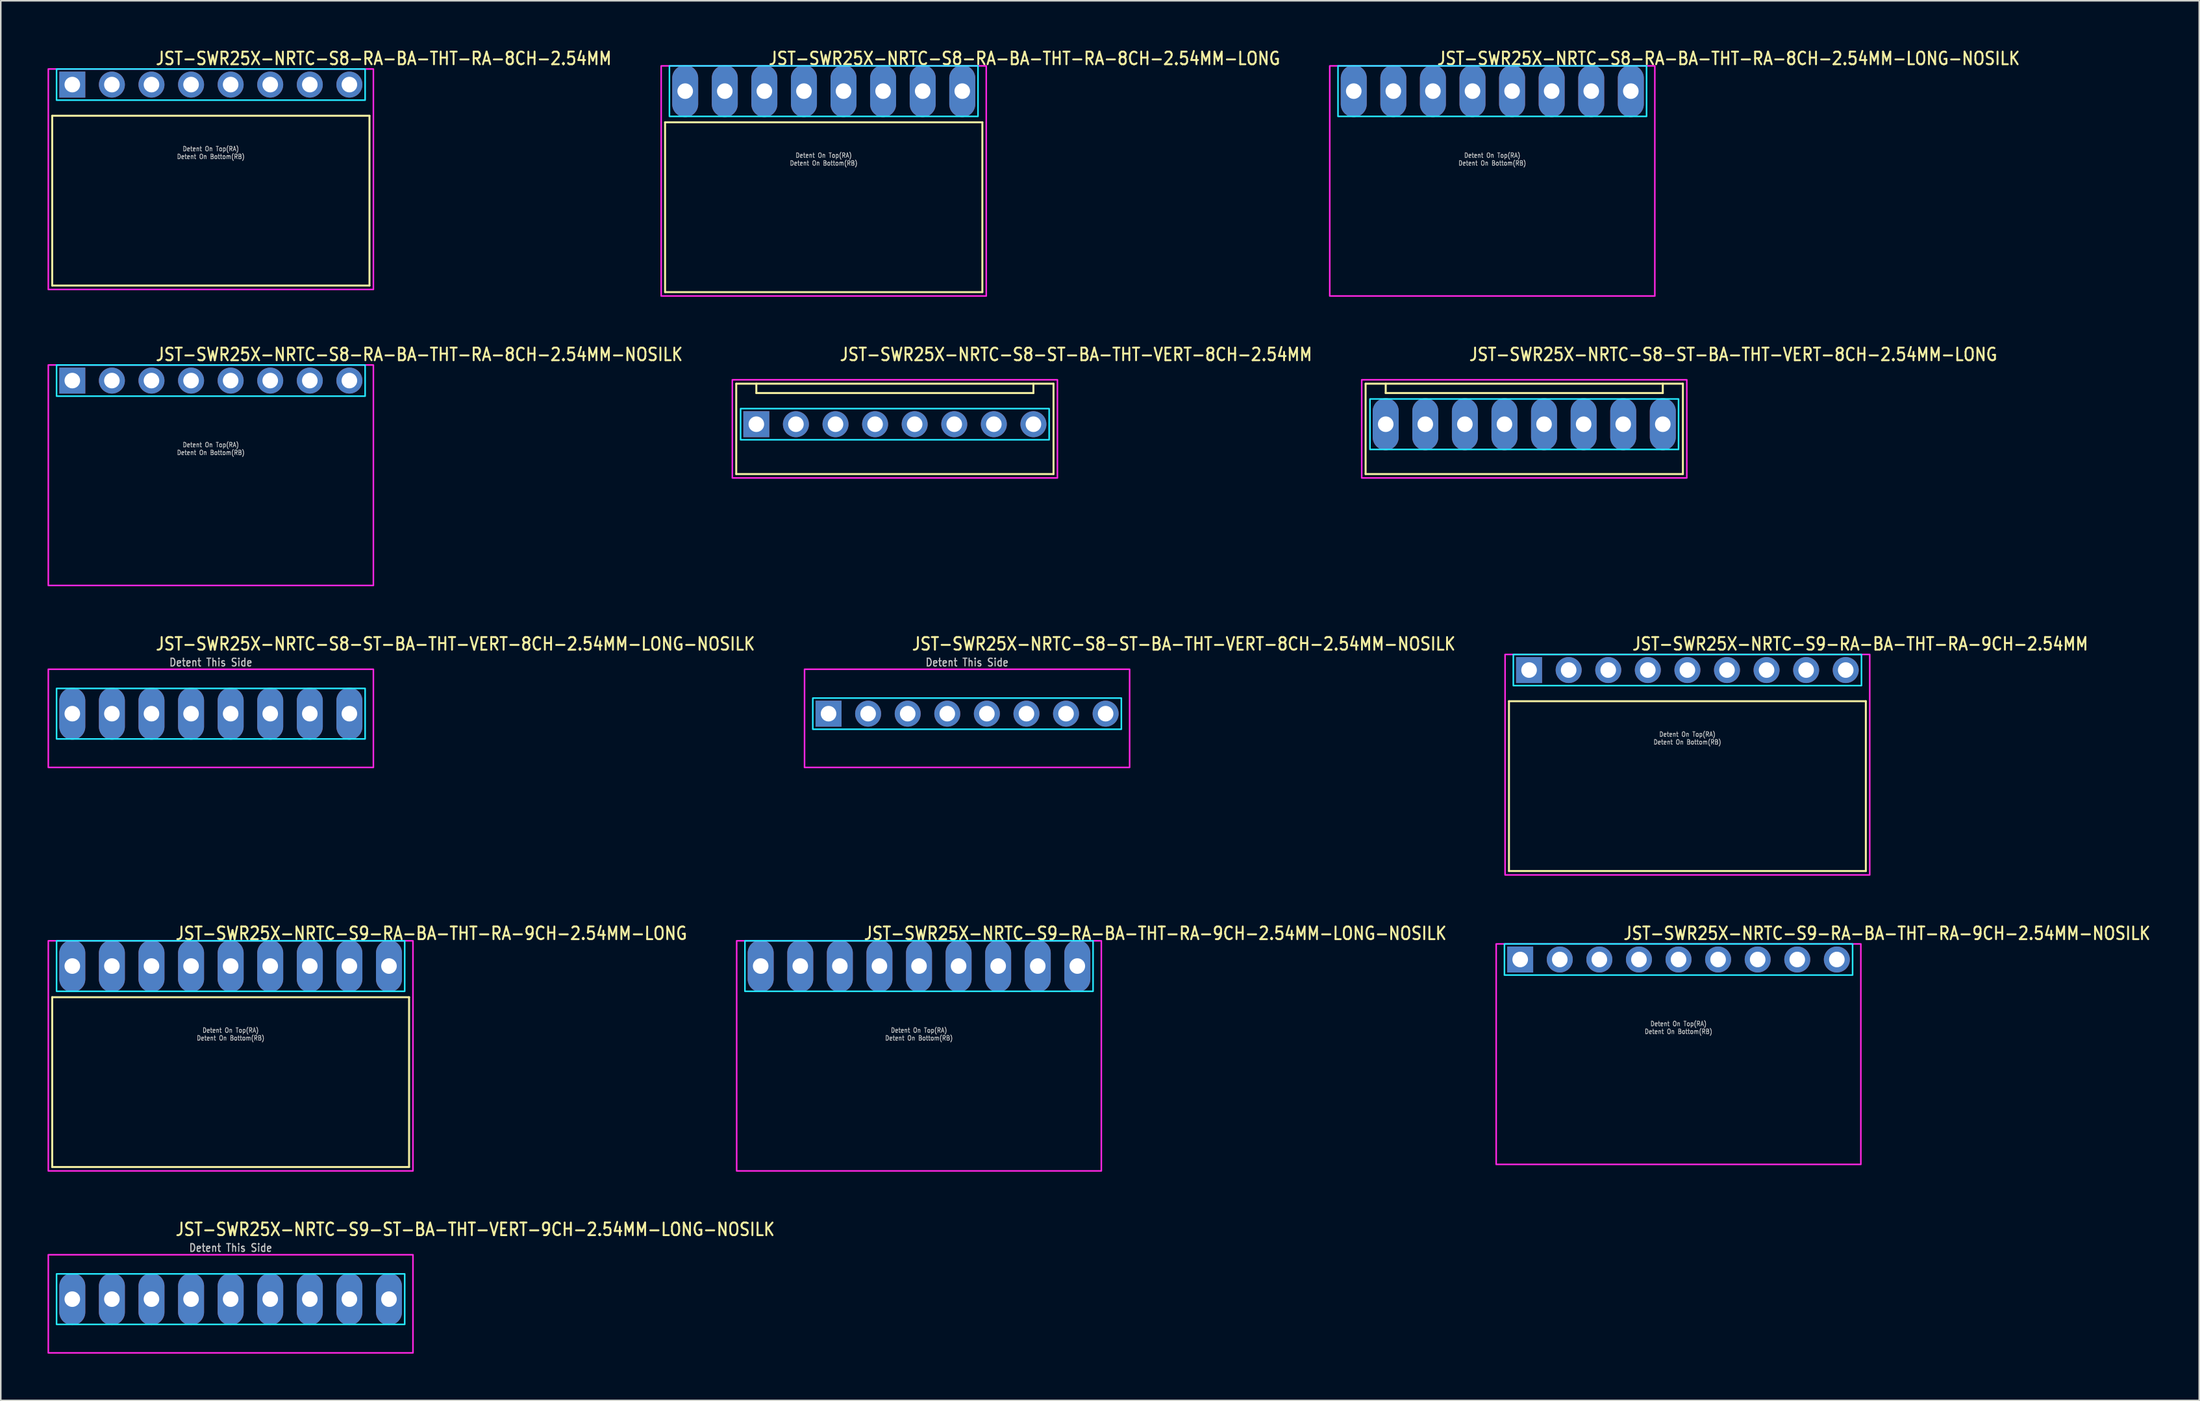
<source format=kicad_pcb>
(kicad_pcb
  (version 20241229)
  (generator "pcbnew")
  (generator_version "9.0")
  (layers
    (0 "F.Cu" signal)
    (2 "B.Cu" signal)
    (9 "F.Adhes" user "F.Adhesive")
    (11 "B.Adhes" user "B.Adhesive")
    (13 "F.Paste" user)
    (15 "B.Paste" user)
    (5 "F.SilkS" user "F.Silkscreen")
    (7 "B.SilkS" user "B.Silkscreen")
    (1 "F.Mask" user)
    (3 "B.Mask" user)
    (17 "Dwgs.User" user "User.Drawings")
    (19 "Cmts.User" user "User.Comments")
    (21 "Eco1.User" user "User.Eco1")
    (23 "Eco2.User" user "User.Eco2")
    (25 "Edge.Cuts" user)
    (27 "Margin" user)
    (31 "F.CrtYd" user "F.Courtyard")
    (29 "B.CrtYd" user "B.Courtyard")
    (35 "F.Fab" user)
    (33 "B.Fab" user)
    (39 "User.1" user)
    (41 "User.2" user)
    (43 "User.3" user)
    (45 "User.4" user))
  (footprint "JST-SWR25X-NRTC-S9-RA-BA-THT-RA-9CH-2.54MM"
    (layer "F.Cu")
    (at 105.23 39.956)
    (property "Reference" "JST-SWR25X-NRTC-S9-RA-BA-THT-RA-9CH-2.54MM" (at -3.6 -1.2 0) (unlocked yes) (layer "F.SilkS") (effects (font (size 0.813 0.695) (thickness 0.122)) (justify left bottom)))
    (fp_line (start -11.45 2) (end 11.45 2) (stroke (width 0.127) (type solid)) (layer "F.SilkS"))
    (fp_line (start -11.45 12.9) (end -11.45 2) (stroke (width 0.127) (type solid)) (layer "F.SilkS"))
    (fp_line (start -11.45 12.9) (end 11.45 12.9) (stroke (width 0.127) (type solid)) (layer "F.SilkS"))
    (fp_line (start 11.45 2) (end 11.45 12.9) (stroke (width 0.127) (type solid)) (layer "F.SilkS"))
    (fp_poly (pts (xy -11.17 -1) (xy -11.17 1) (xy 11.17 1) (xy 11.17 -1)) (stroke (width 0.1) (type solid)) (fill no) (layer "B.CrtYd"))
    (fp_poly (pts (xy -11.7 -1) (xy -11.7 13.15) (xy 11.7 13.15) (xy 11.7 -1)) (stroke (width 0.1) (type solid)) (fill no) (layer "F.CrtYd"))
    (fp_text user "Detent On Bottom(RB)" (at 0 4.8 0) (unlocked yes) (layer "Dwgs.User") (effects (font (size 0.3 0.257) (thickness 0.045)) (justify bottom)))
    (fp_text user "Detent On Top(RA)" (at 0 4.3 0) (unlocked yes) (layer "Dwgs.User") (effects (font (size 0.3 0.257) (thickness 0.045)) (justify bottom)))
    (pad "1" thru_hole rect (at -10.16 0) (size 1.667 1.667) (drill 1) (layers "*.Cu" "*.Mask"))
    (pad "2" thru_hole oval (at -7.62 0) (size 1.667 1.667) (drill 1) (layers "*.Cu" "*.Mask"))
    (pad "3" thru_hole oval (at -5.08 0) (size 1.667 1.667) (drill 1) (layers "*.Cu" "*.Mask"))
    (pad "4" thru_hole oval (at -2.54 0) (size 1.667 1.667) (drill 1) (layers "*.Cu" "*.Mask"))
    (pad "5" thru_hole oval (at 0 0) (size 1.667 1.667) (drill 1) (layers "*.Cu" "*.Mask"))
    (pad "6" thru_hole oval (at 2.54 0) (size 1.667 1.667) (drill 1) (layers "*.Cu" "*.Mask"))
    (pad "7" thru_hole oval (at 5.08 0) (size 1.667 1.667) (drill 1) (layers "*.Cu" "*.Mask"))
    (pad "8" thru_hole oval (at 7.62 0) (size 1.667 1.667) (drill 1) (layers "*.Cu" "*.Mask"))
    (pad "9" thru_hole oval (at 10.16 0) (size 1.667 1.667) (drill 1) (layers "*.Cu" "*.Mask")))
  (footprint "JST-SWR25X-NRTC-S8-ST-BA-THT-VERT-8CH-2.54MM-NOSILK"
    (layer "F.Cu")
    (at 59.007 42.756)
    (property "Reference" "JST-SWR25X-NRTC-S8-ST-BA-THT-VERT-8CH-2.54MM-NOSILK" (at -3.6 -4 0) (unlocked yes) (layer "F.SilkS") (effects (font (size 0.813 0.695) (thickness 0.122)) (justify left bottom)))
    (fp_poly (pts (xy -9.9 -1) (xy -9.9 1) (xy 9.9 1) (xy 9.9 -1)) (stroke (width 0.1) (type solid)) (fill no) (layer "B.CrtYd"))
    (fp_poly (pts (xy -10.43 -2.85) (xy -10.43 3.45) (xy 10.43 3.45) (xy 10.43 -2.85)) (stroke (width 0.1) (type solid)) (fill no) (layer "F.CrtYd"))
    (fp_text user "Detent This Side" (at 0 -3 0) (unlocked yes) (layer "Dwgs.User") (effects (font (size 0.5 0.427) (thickness 0.075)) (justify bottom)))
    (pad "1" thru_hole rect (at -8.89 0) (size 1.667 1.667) (drill 1) (layers "*.Cu" "*.Mask"))
    (pad "2" thru_hole oval (at -6.35 0) (size 1.667 1.667) (drill 1) (layers "*.Cu" "*.Mask"))
    (pad "3" thru_hole oval (at -3.81 0) (size 1.667 1.667) (drill 1) (layers "*.Cu" "*.Mask"))
    (pad "4" thru_hole oval (at -1.27 0) (size 1.667 1.667) (drill 1) (layers "*.Cu" "*.Mask"))
    (pad "5" thru_hole oval (at 1.27 0) (size 1.667 1.667) (drill 1) (layers "*.Cu" "*.Mask"))
    (pad "6" thru_hole oval (at 3.81 0) (size 1.667 1.667) (drill 1) (layers "*.Cu" "*.Mask"))
    (pad "7" thru_hole oval (at 6.35 0) (size 1.667 1.667) (drill 1) (layers "*.Cu" "*.Mask"))
    (pad "8" thru_hole oval (at 8.89 0) (size 1.667 1.667) (drill 1) (layers "*.Cu" "*.Mask")))
  (footprint "JST-SWR25X-NRTC-S9-ST-BA-THT-VERT-9CH-2.54MM-LONG-NOSILK"
    (layer "F.Cu")
    (at 11.75 80.333)
    (property "Reference" "JST-SWR25X-NRTC-S9-ST-BA-THT-VERT-9CH-2.54MM-LONG-NOSILK" (at -3.6 -4 0) (unlocked yes) (layer "F.SilkS") (effects (font (size 0.813 0.695) (thickness 0.122)) (justify left bottom)))
    (fp_poly (pts (xy -11.17 -1.62) (xy -11.17 1.62) (xy 11.17 1.62) (xy 11.17 -1.62)) (stroke (width 0.1) (type solid)) (fill no) (layer "B.CrtYd"))
    (fp_poly (pts (xy -11.7 -2.85) (xy -11.7 3.45) (xy 11.7 3.45) (xy 11.7 -2.85)) (stroke (width 0.1) (type solid)) (fill no) (layer "F.CrtYd"))
    (fp_text user "Detent This Side" (at 0 -3 0) (unlocked yes) (layer "Dwgs.User") (effects (font (size 0.5 0.427) (thickness 0.075)) (justify bottom)))
    (pad "1" thru_hole oval (at -10.16 0 90) (size 3.333 1.667) (drill 1) (layers "*.Cu" "*.Mask"))
    (pad "2" thru_hole oval (at -7.62 0 90) (size 3.333 1.667) (drill 1) (layers "*.Cu" "*.Mask"))
    (pad "3" thru_hole oval (at -5.08 0 90) (size 3.333 1.667) (drill 1) (layers "*.Cu" "*.Mask"))
    (pad "4" thru_hole oval (at -2.54 0 90) (size 3.333 1.667) (drill 1) (layers "*.Cu" "*.Mask"))
    (pad "5" thru_hole oval (at 0 0 90) (size 3.333 1.667) (drill 1) (layers "*.Cu" "*.Mask"))
    (pad "6" thru_hole oval (at 2.54 0 90) (size 3.333 1.667) (drill 1) (layers "*.Cu" "*.Mask"))
    (pad "7" thru_hole oval (at 5.08 0 90) (size 3.333 1.667) (drill 1) (layers "*.Cu" "*.Mask"))
    (pad "8" thru_hole oval (at 7.62 0 90) (size 3.333 1.667) (drill 1) (layers "*.Cu" "*.Mask"))
    (pad "9" thru_hole oval (at 10.16 0 90) (size 3.333 1.667) (drill 1) (layers "*.Cu" "*.Mask")))
  (footprint "JST-SWR25X-NRTC-S8-ST-BA-THT-VERT-8CH-2.54MM-LONG"
    (layer "F.Cu")
    (at 94.761 24.177)
    (property "Reference" "JST-SWR25X-NRTC-S8-ST-BA-THT-VERT-8CH-2.54MM-LONG" (at -3.6 -4 0) (unlocked yes) (layer "F.SilkS") (effects (font (size 0.813 0.695) (thickness 0.122)) (justify left bottom)))
    (fp_line (start -10.18 -2.6) (end 10.18 -2.6) (stroke (width 0.127) (type solid)) (layer "F.SilkS"))
    (fp_line (start -10.18 3.2) (end -10.18 -2.6) (stroke (width 0.127) (type solid)) (layer "F.SilkS"))
    (fp_line (start -10.18 3.2) (end 10.18 3.2) (stroke (width 0.127) (type solid)) (layer "F.SilkS"))
    (fp_line (start -8.89 -2.6) (end -8.89 -2) (stroke (width 0.127) (type solid)) (layer "F.SilkS"))
    (fp_line (start -8.89 -2) (end 8.89 -2) (stroke (width 0.127) (type solid)) (layer "F.SilkS"))
    (fp_line (start 8.89 -2.6) (end 8.89 -2) (stroke (width 0.127) (type solid)) (layer "F.SilkS"))
    (fp_line (start 10.18 -2.6) (end 10.18 3.2) (stroke (width 0.127) (type solid)) (layer "F.SilkS"))
    (fp_poly (pts (xy -9.9 -1.62) (xy -9.9 1.62) (xy 9.9 1.62) (xy 9.9 -1.62)) (stroke (width 0.1) (type solid)) (fill no) (layer "B.CrtYd"))
    (fp_poly (pts (xy -10.43 -2.85) (xy -10.43 3.45) (xy 10.43 3.45) (xy 10.43 -2.85)) (stroke (width 0.1) (type solid)) (fill no) (layer "F.CrtYd"))
    (pad "1" thru_hole oval (at -8.89 0 90) (size 3.333 1.667) (drill 1) (layers "*.Cu" "*.Mask"))
    (pad "2" thru_hole oval (at -6.35 0 90) (size 3.333 1.667) (drill 1) (layers "*.Cu" "*.Mask"))
    (pad "3" thru_hole oval (at -3.81 0 90) (size 3.333 1.667) (drill 1) (layers "*.Cu" "*.Mask"))
    (pad "4" thru_hole oval (at -1.27 0 90) (size 3.333 1.667) (drill 1) (layers "*.Cu" "*.Mask"))
    (pad "5" thru_hole oval (at 1.27 0 90) (size 3.333 1.667) (drill 1) (layers "*.Cu" "*.Mask"))
    (pad "6" thru_hole oval (at 3.81 0 90) (size 3.333 1.667) (drill 1) (layers "*.Cu" "*.Mask"))
    (pad "7" thru_hole oval (at 6.35 0 90) (size 3.333 1.667) (drill 1) (layers "*.Cu" "*.Mask"))
    (pad "8" thru_hole oval (at 8.89 0 90) (size 3.333 1.667) (drill 1) (layers "*.Cu" "*.Mask")))
  (footprint "JST-SWR25X-NRTC-S8-ST-BA-THT-VERT-8CH-2.54MM-LONG-NOSILK"
    (layer "F.Cu")
    (at 10.48 42.756)
    (property "Reference" "JST-SWR25X-NRTC-S8-ST-BA-THT-VERT-8CH-2.54MM-LONG-NOSILK" (at -3.6 -4 0) (unlocked yes) (layer "F.SilkS") (effects (font (size 0.813 0.695) (thickness 0.122)) (justify left bottom)))
    (fp_poly (pts (xy -9.9 -1.62) (xy -9.9 1.62) (xy 9.9 1.62) (xy 9.9 -1.62)) (stroke (width 0.1) (type solid)) (fill no) (layer "B.CrtYd"))
    (fp_poly (pts (xy -10.43 -2.85) (xy -10.43 3.45) (xy 10.43 3.45) (xy 10.43 -2.85)) (stroke (width 0.1) (type solid)) (fill no) (layer "F.CrtYd"))
    (fp_text user "Detent This Side" (at 0 -3 0) (unlocked yes) (layer "Dwgs.User") (effects (font (size 0.5 0.427) (thickness 0.075)) (justify bottom)))
    (pad "1" thru_hole oval (at -8.89 0 90) (size 3.333 1.667) (drill 1) (layers "*.Cu" "*.Mask"))
    (pad "2" thru_hole oval (at -6.35 0 90) (size 3.333 1.667) (drill 1) (layers "*.Cu" "*.Mask"))
    (pad "3" thru_hole oval (at -3.81 0 90) (size 3.333 1.667) (drill 1) (layers "*.Cu" "*.Mask"))
    (pad "4" thru_hole oval (at -1.27 0 90) (size 3.333 1.667) (drill 1) (layers "*.Cu" "*.Mask"))
    (pad "5" thru_hole oval (at 1.27 0 90) (size 3.333 1.667) (drill 1) (layers "*.Cu" "*.Mask"))
    (pad "6" thru_hole oval (at 3.81 0 90) (size 3.333 1.667) (drill 1) (layers "*.Cu" "*.Mask"))
    (pad "7" thru_hole oval (at 6.35 0 90) (size 3.333 1.667) (drill 1) (layers "*.Cu" "*.Mask"))
    (pad "8" thru_hole oval (at 8.89 0 90) (size 3.333 1.667) (drill 1) (layers "*.Cu" "*.Mask")))
  (footprint "JST-SWR25X-NRTC-S9-RA-BA-THT-RA-9CH-2.54MM-LONG-NOSILK"
    (layer "F.Cu")
    (at 55.922 58.954)
    (property "Reference" "JST-SWR25X-NRTC-S9-RA-BA-THT-RA-9CH-2.54MM-LONG-NOSILK" (at -3.6 -1.62 0) (unlocked yes) (layer "F.SilkS") (effects (font (size 0.813 0.695) (thickness 0.122)) (justify left bottom)))
    (fp_poly (pts (xy -11.17 -1.62) (xy -11.17 1.62) (xy 11.17 1.62) (xy 11.17 -1.62)) (stroke (width 0.1) (type solid)) (fill no) (layer "B.CrtYd"))
    (fp_poly (pts (xy -11.7 -1.62) (xy -11.7 13.15) (xy 11.7 13.15) (xy 11.7 -1.62)) (stroke (width 0.1) (type solid)) (fill no) (layer "F.CrtYd"))
    (fp_text user "Detent On Top(RA)" (at 0 4.3 0) (unlocked yes) (layer "Dwgs.User") (effects (font (size 0.3 0.257) (thickness 0.045)) (justify bottom)))
    (fp_text user "Detent On Bottom(RB)" (at 0 4.8 0) (unlocked yes) (layer "Dwgs.User") (effects (font (size 0.3 0.257) (thickness 0.045)) (justify bottom)))
    (pad "1" thru_hole oval (at -10.16 0 90) (size 3.333 1.667) (drill 1) (layers "*.Cu" "*.Mask"))
    (pad "2" thru_hole oval (at -7.62 0 90) (size 3.333 1.667) (drill 1) (layers "*.Cu" "*.Mask"))
    (pad "3" thru_hole oval (at -5.08 0 90) (size 3.333 1.667) (drill 1) (layers "*.Cu" "*.Mask"))
    (pad "4" thru_hole oval (at -2.54 0 90) (size 3.333 1.667) (drill 1) (layers "*.Cu" "*.Mask"))
    (pad "5" thru_hole oval (at 0 0 90) (size 3.333 1.667) (drill 1) (layers "*.Cu" "*.Mask"))
    (pad "6" thru_hole oval (at 2.54 0 90) (size 3.333 1.667) (drill 1) (layers "*.Cu" "*.Mask"))
    (pad "7" thru_hole oval (at 5.08 0 90) (size 3.333 1.667) (drill 1) (layers "*.Cu" "*.Mask"))
    (pad "8" thru_hole oval (at 7.62 0 90) (size 3.333 1.667) (drill 1) (layers "*.Cu" "*.Mask"))
    (pad "9" thru_hole oval (at 10.16 0 90) (size 3.333 1.667) (drill 1) (layers "*.Cu" "*.Mask")))
  (footprint "JST-SWR25X-NRTC-S8-RA-BA-THT-RA-8CH-2.54MM-LONG-NOSILK"
    (layer "F.Cu")
    (at 92.709 2.799)
    (property "Reference" "JST-SWR25X-NRTC-S8-RA-BA-THT-RA-8CH-2.54MM-LONG-NOSILK" (at -3.6 -1.62 0) (unlocked yes) (layer "F.SilkS") (effects (font (size 0.813 0.695) (thickness 0.122)) (justify left bottom)))
    (fp_poly (pts (xy -9.9 -1.62) (xy -9.9 1.62) (xy 9.9 1.62) (xy 9.9 -1.62)) (stroke (width 0.1) (type solid)) (fill no) (layer "B.CrtYd"))
    (fp_poly (pts (xy -10.43 -1.62) (xy -10.43 13.15) (xy 10.43 13.15) (xy 10.43 -1.62)) (stroke (width 0.1) (type solid)) (fill no) (layer "F.CrtYd"))
    (fp_text user "Detent On Bottom(RB)" (at 0 4.8 0) (unlocked yes) (layer "Dwgs.User") (effects (font (size 0.3 0.257) (thickness 0.045)) (justify bottom)))
    (fp_text user "Detent On Top(RA)" (at 0 4.3 0) (unlocked yes) (layer "Dwgs.User") (effects (font (size 0.3 0.257) (thickness 0.045)) (justify bottom)))
    (pad "1" thru_hole oval (at -8.89 0 90) (size 3.333 1.667) (drill 1) (layers "*.Cu" "*.Mask"))
    (pad "2" thru_hole oval (at -6.35 0 90) (size 3.333 1.667) (drill 1) (layers "*.Cu" "*.Mask"))
    (pad "3" thru_hole oval (at -3.81 0 90) (size 3.333 1.667) (drill 1) (layers "*.Cu" "*.Mask"))
    (pad "4" thru_hole oval (at -1.27 0 90) (size 3.333 1.667) (drill 1) (layers "*.Cu" "*.Mask"))
    (pad "5" thru_hole oval (at 1.27 0 90) (size 3.333 1.667) (drill 1) (layers "*.Cu" "*.Mask"))
    (pad "6" thru_hole oval (at 3.81 0 90) (size 3.333 1.667) (drill 1) (layers "*.Cu" "*.Mask"))
    (pad "7" thru_hole oval (at 6.35 0 90) (size 3.333 1.667) (drill 1) (layers "*.Cu" "*.Mask"))
    (pad "8" thru_hole oval (at 8.89 0 90) (size 3.333 1.667) (drill 1) (layers "*.Cu" "*.Mask")))
  (footprint "JST-SWR25X-NRTC-S8-RA-BA-THT-RA-8CH-2.54MM-LONG"
    (layer "F.Cu")
    (at 49.808 2.799)
    (property "Reference" "JST-SWR25X-NRTC-S8-RA-BA-THT-RA-8CH-2.54MM-LONG" (at -3.6 -1.62 0) (unlocked yes) (layer "F.SilkS") (effects (font (size 0.813 0.695) (thickness 0.122)) (justify left bottom)))
    (fp_line (start -10.18 2) (end 10.18 2) (stroke (width 0.127) (type solid)) (layer "F.SilkS"))
    (fp_line (start -10.18 12.9) (end -10.18 2) (stroke (width 0.127) (type solid)) (layer "F.SilkS"))
    (fp_line (start -10.18 12.9) (end 10.18 12.9) (stroke (width 0.127) (type solid)) (layer "F.SilkS"))
    (fp_line (start 10.18 2) (end 10.18 12.9) (stroke (width 0.127) (type solid)) (layer "F.SilkS"))
    (fp_poly (pts (xy -9.9 -1.62) (xy -9.9 1.62) (xy 9.9 1.62) (xy 9.9 -1.62)) (stroke (width 0.1) (type solid)) (fill no) (layer "B.CrtYd"))
    (fp_poly (pts (xy -10.43 -1.62) (xy -10.43 13.15) (xy 10.43 13.15) (xy 10.43 -1.62)) (stroke (width 0.1) (type solid)) (fill no) (layer "F.CrtYd"))
    (fp_text user "Detent On Bottom(RB)" (at 0 4.8 0) (unlocked yes) (layer "Dwgs.User") (effects (font (size 0.3 0.257) (thickness 0.045)) (justify bottom)))
    (fp_text user "Detent On Top(RA)" (at 0 4.3 0) (unlocked yes) (layer "Dwgs.User") (effects (font (size 0.3 0.257) (thickness 0.045)) (justify bottom)))
    (pad "1" thru_hole oval (at -8.89 0 90) (size 3.333 1.667) (drill 1) (layers "*.Cu" "*.Mask"))
    (pad "2" thru_hole oval (at -6.35 0 90) (size 3.333 1.667) (drill 1) (layers "*.Cu" "*.Mask"))
    (pad "3" thru_hole oval (at -3.81 0 90) (size 3.333 1.667) (drill 1) (layers "*.Cu" "*.Mask"))
    (pad "4" thru_hole oval (at -1.27 0 90) (size 3.333 1.667) (drill 1) (layers "*.Cu" "*.Mask"))
    (pad "5" thru_hole oval (at 1.27 0 90) (size 3.333 1.667) (drill 1) (layers "*.Cu" "*.Mask"))
    (pad "6" thru_hole oval (at 3.81 0 90) (size 3.333 1.667) (drill 1) (layers "*.Cu" "*.Mask"))
    (pad "7" thru_hole oval (at 6.35 0 90) (size 3.333 1.667) (drill 1) (layers "*.Cu" "*.Mask"))
    (pad "8" thru_hole oval (at 8.89 0 90) (size 3.333 1.667) (drill 1) (layers "*.Cu" "*.Mask")))
  (footprint "JST-SWR25X-NRTC-S9-RA-BA-THT-RA-9CH-2.54MM-NOSILK"
    (layer "F.Cu")
    (at 104.66 58.534)
    (property "Reference" "JST-SWR25X-NRTC-S9-RA-BA-THT-RA-9CH-2.54MM-NOSILK" (at -3.6 -1.2 0) (unlocked yes) (layer "F.SilkS") (effects (font (size 0.813 0.695) (thickness 0.122)) (justify left bottom)))
    (fp_poly (pts (xy -11.17 -1) (xy -11.17 1) (xy 11.17 1) (xy 11.17 -1)) (stroke (width 0.1) (type solid)) (fill no) (layer "B.CrtYd"))
    (fp_poly (pts (xy -11.7 -1) (xy -11.7 13.15) (xy 11.7 13.15) (xy 11.7 -1)) (stroke (width 0.1) (type solid)) (fill no) (layer "F.CrtYd"))
    (fp_text user "Detent On Bottom(RB)" (at 0 4.8 0) (unlocked yes) (layer "Dwgs.User") (effects (font (size 0.3 0.257) (thickness 0.045)) (justify bottom)))
    (fp_text user "Detent On Top(RA)" (at 0 4.3 0) (unlocked yes) (layer "Dwgs.User") (effects (font (size 0.3 0.257) (thickness 0.045)) (justify bottom)))
    (pad "1" thru_hole rect (at -10.16 0) (size 1.667 1.667) (drill 1) (layers "*.Cu" "*.Mask"))
    (pad "2" thru_hole oval (at -7.62 0) (size 1.667 1.667) (drill 1) (layers "*.Cu" "*.Mask"))
    (pad "3" thru_hole oval (at -5.08 0) (size 1.667 1.667) (drill 1) (layers "*.Cu" "*.Mask"))
    (pad "4" thru_hole oval (at -2.54 0) (size 1.667 1.667) (drill 1) (layers "*.Cu" "*.Mask"))
    (pad "5" thru_hole oval (at 0 0) (size 1.667 1.667) (drill 1) (layers "*.Cu" "*.Mask"))
    (pad "6" thru_hole oval (at 2.54 0) (size 1.667 1.667) (drill 1) (layers "*.Cu" "*.Mask"))
    (pad "7" thru_hole oval (at 5.08 0) (size 1.667 1.667) (drill 1) (layers "*.Cu" "*.Mask"))
    (pad "8" thru_hole oval (at 7.62 0) (size 1.667 1.667) (drill 1) (layers "*.Cu" "*.Mask"))
    (pad "9" thru_hole oval (at 10.16 0) (size 1.667 1.667) (drill 1) (layers "*.Cu" "*.Mask")))
  (footprint "JST-SWR25X-NRTC-S9-RA-BA-THT-RA-9CH-2.54MM-LONG"
    (layer "F.Cu")
    (at 11.75 58.954)
    (property "Reference" "JST-SWR25X-NRTC-S9-RA-BA-THT-RA-9CH-2.54MM-LONG" (at -3.6 -1.62 0) (unlocked yes) (layer "F.SilkS") (effects (font (size 0.813 0.695) (thickness 0.122)) (justify left bottom)))
    (fp_line (start -11.45 2) (end 11.45 2) (stroke (width 0.127) (type solid)) (layer "F.SilkS"))
    (fp_line (start -11.45 12.9) (end -11.45 2) (stroke (width 0.127) (type solid)) (layer "F.SilkS"))
    (fp_line (start -11.45 12.9) (end 11.45 12.9) (stroke (width 0.127) (type solid)) (layer "F.SilkS"))
    (fp_line (start 11.45 2) (end 11.45 12.9) (stroke (width 0.127) (type solid)) (layer "F.SilkS"))
    (fp_poly (pts (xy -11.17 -1.62) (xy -11.17 1.62) (xy 11.17 1.62) (xy 11.17 -1.62)) (stroke (width 0.1) (type solid)) (fill no) (layer "B.CrtYd"))
    (fp_poly (pts (xy -11.7 -1.62) (xy -11.7 13.15) (xy 11.7 13.15) (xy 11.7 -1.62)) (stroke (width 0.1) (type solid)) (fill no) (layer "F.CrtYd"))
    (fp_text user "Detent On Bottom(RB)" (at 0 4.8 0) (unlocked yes) (layer "Dwgs.User") (effects (font (size 0.3 0.257) (thickness 0.045)) (justify bottom)))
    (fp_text user "Detent On Top(RA)" (at 0 4.3 0) (unlocked yes) (layer "Dwgs.User") (effects (font (size 0.3 0.257) (thickness 0.045)) (justify bottom)))
    (pad "1" thru_hole oval (at -10.16 0 90) (size 3.333 1.667) (drill 1) (layers "*.Cu" "*.Mask"))
    (pad "2" thru_hole oval (at -7.62 0 90) (size 3.333 1.667) (drill 1) (layers "*.Cu" "*.Mask"))
    (pad "3" thru_hole oval (at -5.08 0 90) (size 3.333 1.667) (drill 1) (layers "*.Cu" "*.Mask"))
    (pad "4" thru_hole oval (at -2.54 0 90) (size 3.333 1.667) (drill 1) (layers "*.Cu" "*.Mask"))
    (pad "5" thru_hole oval (at 0 0 90) (size 3.333 1.667) (drill 1) (layers "*.Cu" "*.Mask"))
    (pad "6" thru_hole oval (at 2.54 0 90) (size 3.333 1.667) (drill 1) (layers "*.Cu" "*.Mask"))
    (pad "7" thru_hole oval (at 5.08 0 90) (size 3.333 1.667) (drill 1) (layers "*.Cu" "*.Mask"))
    (pad "8" thru_hole oval (at 7.62 0 90) (size 3.333 1.667) (drill 1) (layers "*.Cu" "*.Mask"))
    (pad "9" thru_hole oval (at 10.16 0 90) (size 3.333 1.667) (drill 1) (layers "*.Cu" "*.Mask")))
  (footprint "JST-SWR25X-NRTC-S8-ST-BA-THT-VERT-8CH-2.54MM"
    (layer "F.Cu")
    (at 54.374 24.177)
    (property "Reference" "JST-SWR25X-NRTC-S8-ST-BA-THT-VERT-8CH-2.54MM" (at -3.6 -4 0) (unlocked yes) (layer "F.SilkS") (effects (font (size 0.813 0.695) (thickness 0.122)) (justify left bottom)))
    (fp_line (start -10.18 -2.6) (end 10.18 -2.6) (stroke (width 0.127) (type solid)) (layer "F.SilkS"))
    (fp_line (start -10.18 3.2) (end -10.18 -2.6) (stroke (width 0.127) (type solid)) (layer "F.SilkS"))
    (fp_line (start -10.18 3.2) (end 10.18 3.2) (stroke (width 0.127) (type solid)) (layer "F.SilkS"))
    (fp_line (start -8.89 -2.6) (end -8.89 -2) (stroke (width 0.127) (type solid)) (layer "F.SilkS"))
    (fp_line (start -8.89 -2) (end 8.89 -2) (stroke (width 0.127) (type solid)) (layer "F.SilkS"))
    (fp_line (start 8.89 -2.6) (end 8.89 -2) (stroke (width 0.127) (type solid)) (layer "F.SilkS"))
    (fp_line (start 10.18 -2.6) (end 10.18 3.2) (stroke (width 0.127) (type solid)) (layer "F.SilkS"))
    (fp_poly (pts (xy -9.9 -1) (xy -9.9 1) (xy 9.9 1) (xy 9.9 -1)) (stroke (width 0.1) (type solid)) (fill no) (layer "B.CrtYd"))
    (fp_poly (pts (xy -10.43 -2.85) (xy -10.43 3.45) (xy 10.43 3.45) (xy 10.43 -2.85)) (stroke (width 0.1) (type solid)) (fill no) (layer "F.CrtYd"))
    (pad "1" thru_hole rect (at -8.89 0) (size 1.667 1.667) (drill 1) (layers "*.Cu" "*.Mask"))
    (pad "2" thru_hole oval (at -6.35 0) (size 1.667 1.667) (drill 1) (layers "*.Cu" "*.Mask"))
    (pad "3" thru_hole oval (at -3.81 0) (size 1.667 1.667) (drill 1) (layers "*.Cu" "*.Mask"))
    (pad "4" thru_hole oval (at -1.27 0) (size 1.667 1.667) (drill 1) (layers "*.Cu" "*.Mask"))
    (pad "5" thru_hole oval (at 1.27 0) (size 1.667 1.667) (drill 1) (layers "*.Cu" "*.Mask"))
    (pad "6" thru_hole oval (at 3.81 0) (size 1.667 1.667) (drill 1) (layers "*.Cu" "*.Mask"))
    (pad "7" thru_hole oval (at 6.35 0) (size 1.667 1.667) (drill 1) (layers "*.Cu" "*.Mask"))
    (pad "8" thru_hole oval (at 8.89 0) (size 1.667 1.667) (drill 1) (layers "*.Cu" "*.Mask")))
  (footprint "JST-SWR25X-NRTC-S8-RA-BA-THT-RA-8CH-2.54MM"
    (layer "F.Cu")
    (at 10.48 2.379)
    (property "Reference" "JST-SWR25X-NRTC-S8-RA-BA-THT-RA-8CH-2.54MM" (at -3.6 -1.2 0) (unlocked yes) (layer "F.SilkS") (effects (font (size 0.813 0.695) (thickness 0.122)) (justify left bottom)))
    (fp_line (start -10.18 2) (end 10.18 2) (stroke (width 0.127) (type solid)) (layer "F.SilkS"))
    (fp_line (start -10.18 12.9) (end -10.18 2) (stroke (width 0.127) (type solid)) (layer "F.SilkS"))
    (fp_line (start -10.18 12.9) (end 10.18 12.9) (stroke (width 0.127) (type solid)) (layer "F.SilkS"))
    (fp_line (start 10.18 2) (end 10.18 12.9) (stroke (width 0.127) (type solid)) (layer "F.SilkS"))
    (fp_poly (pts (xy -9.9 -1) (xy -9.9 1) (xy 9.9 1) (xy 9.9 -1)) (stroke (width 0.1) (type solid)) (fill no) (layer "B.CrtYd"))
    (fp_poly (pts (xy -10.43 -1) (xy -10.43 13.15) (xy 10.43 13.15) (xy 10.43 -1)) (stroke (width 0.1) (type solid)) (fill no) (layer "F.CrtYd"))
    (fp_text user "Detent On Top(RA)" (at 0 4.3 0) (unlocked yes) (layer "Dwgs.User") (effects (font (size 0.3 0.257) (thickness 0.045)) (justify bottom)))
    (fp_text user "Detent On Bottom(RB)" (at 0 4.8 0) (unlocked yes) (layer "Dwgs.User") (effects (font (size 0.3 0.257) (thickness 0.045)) (justify bottom)))
    (pad "1" thru_hole rect (at -8.89 0) (size 1.667 1.667) (drill 1) (layers "*.Cu" "*.Mask"))
    (pad "2" thru_hole oval (at -6.35 0) (size 1.667 1.667) (drill 1) (layers "*.Cu" "*.Mask"))
    (pad "3" thru_hole oval (at -3.81 0) (size 1.667 1.667) (drill 1) (layers "*.Cu" "*.Mask"))
    (pad "4" thru_hole oval (at -1.27 0) (size 1.667 1.667) (drill 1) (layers "*.Cu" "*.Mask"))
    (pad "5" thru_hole oval (at 1.27 0) (size 1.667 1.667) (drill 1) (layers "*.Cu" "*.Mask"))
    (pad "6" thru_hole oval (at 3.81 0) (size 1.667 1.667) (drill 1) (layers "*.Cu" "*.Mask"))
    (pad "7" thru_hole oval (at 6.35 0) (size 1.667 1.667) (drill 1) (layers "*.Cu" "*.Mask"))
    (pad "8" thru_hole oval (at 8.89 0) (size 1.667 1.667) (drill 1) (layers "*.Cu" "*.Mask")))
  (footprint "JST-SWR25X-NRTC-S8-RA-BA-THT-RA-8CH-2.54MM-NOSILK"
    (layer "F.Cu")
    (at 10.48 21.377)
    (property "Reference" "JST-SWR25X-NRTC-S8-RA-BA-THT-RA-8CH-2.54MM-NOSILK" (at -3.6 -1.2 0) (unlocked yes) (layer "F.SilkS") (effects (font (size 0.813 0.695) (thickness 0.122)) (justify left bottom)))
    (fp_poly (pts (xy -9.9 -1) (xy -9.9 1) (xy 9.9 1) (xy 9.9 -1)) (stroke (width 0.1) (type solid)) (fill no) (layer "B.CrtYd"))
    (fp_poly (pts (xy -10.43 -1) (xy -10.43 13.15) (xy 10.43 13.15) (xy 10.43 -1)) (stroke (width 0.1) (type solid)) (fill no) (layer "F.CrtYd"))
    (fp_text user "Detent On Top(RA)" (at 0 4.3 0) (unlocked yes) (layer "Dwgs.User") (effects (font (size 0.3 0.257) (thickness 0.045)) (justify bottom)))
    (fp_text user "Detent On Bottom(RB)" (at 0 4.8 0) (unlocked yes) (layer "Dwgs.User") (effects (font (size 0.3 0.257) (thickness 0.045)) (justify bottom)))
    (pad "1" thru_hole rect (at -8.89 0) (size 1.667 1.667) (drill 1) (layers "*.Cu" "*.Mask"))
    (pad "2" thru_hole oval (at -6.35 0) (size 1.667 1.667) (drill 1) (layers "*.Cu" "*.Mask"))
    (pad "3" thru_hole oval (at -3.81 0) (size 1.667 1.667) (drill 1) (layers "*.Cu" "*.Mask"))
    (pad "4" thru_hole oval (at -1.27 0) (size 1.667 1.667) (drill 1) (layers "*.Cu" "*.Mask"))
    (pad "5" thru_hole oval (at 1.27 0) (size 1.667 1.667) (drill 1) (layers "*.Cu" "*.Mask"))
    (pad "6" thru_hole oval (at 3.81 0) (size 1.667 1.667) (drill 1) (layers "*.Cu" "*.Mask"))
    (pad "7" thru_hole oval (at 6.35 0) (size 1.667 1.667) (drill 1) (layers "*.Cu" "*.Mask"))
    (pad "8" thru_hole oval (at 8.89 0) (size 1.667 1.667) (drill 1) (layers "*.Cu" "*.Mask")))
  (gr_rect
    (start -3 -3)
    (end 138.074 86.833)
    (stroke (width 0.1) (type default))
    (fill no)
    (layer "Edge.Cuts")))
</source>
